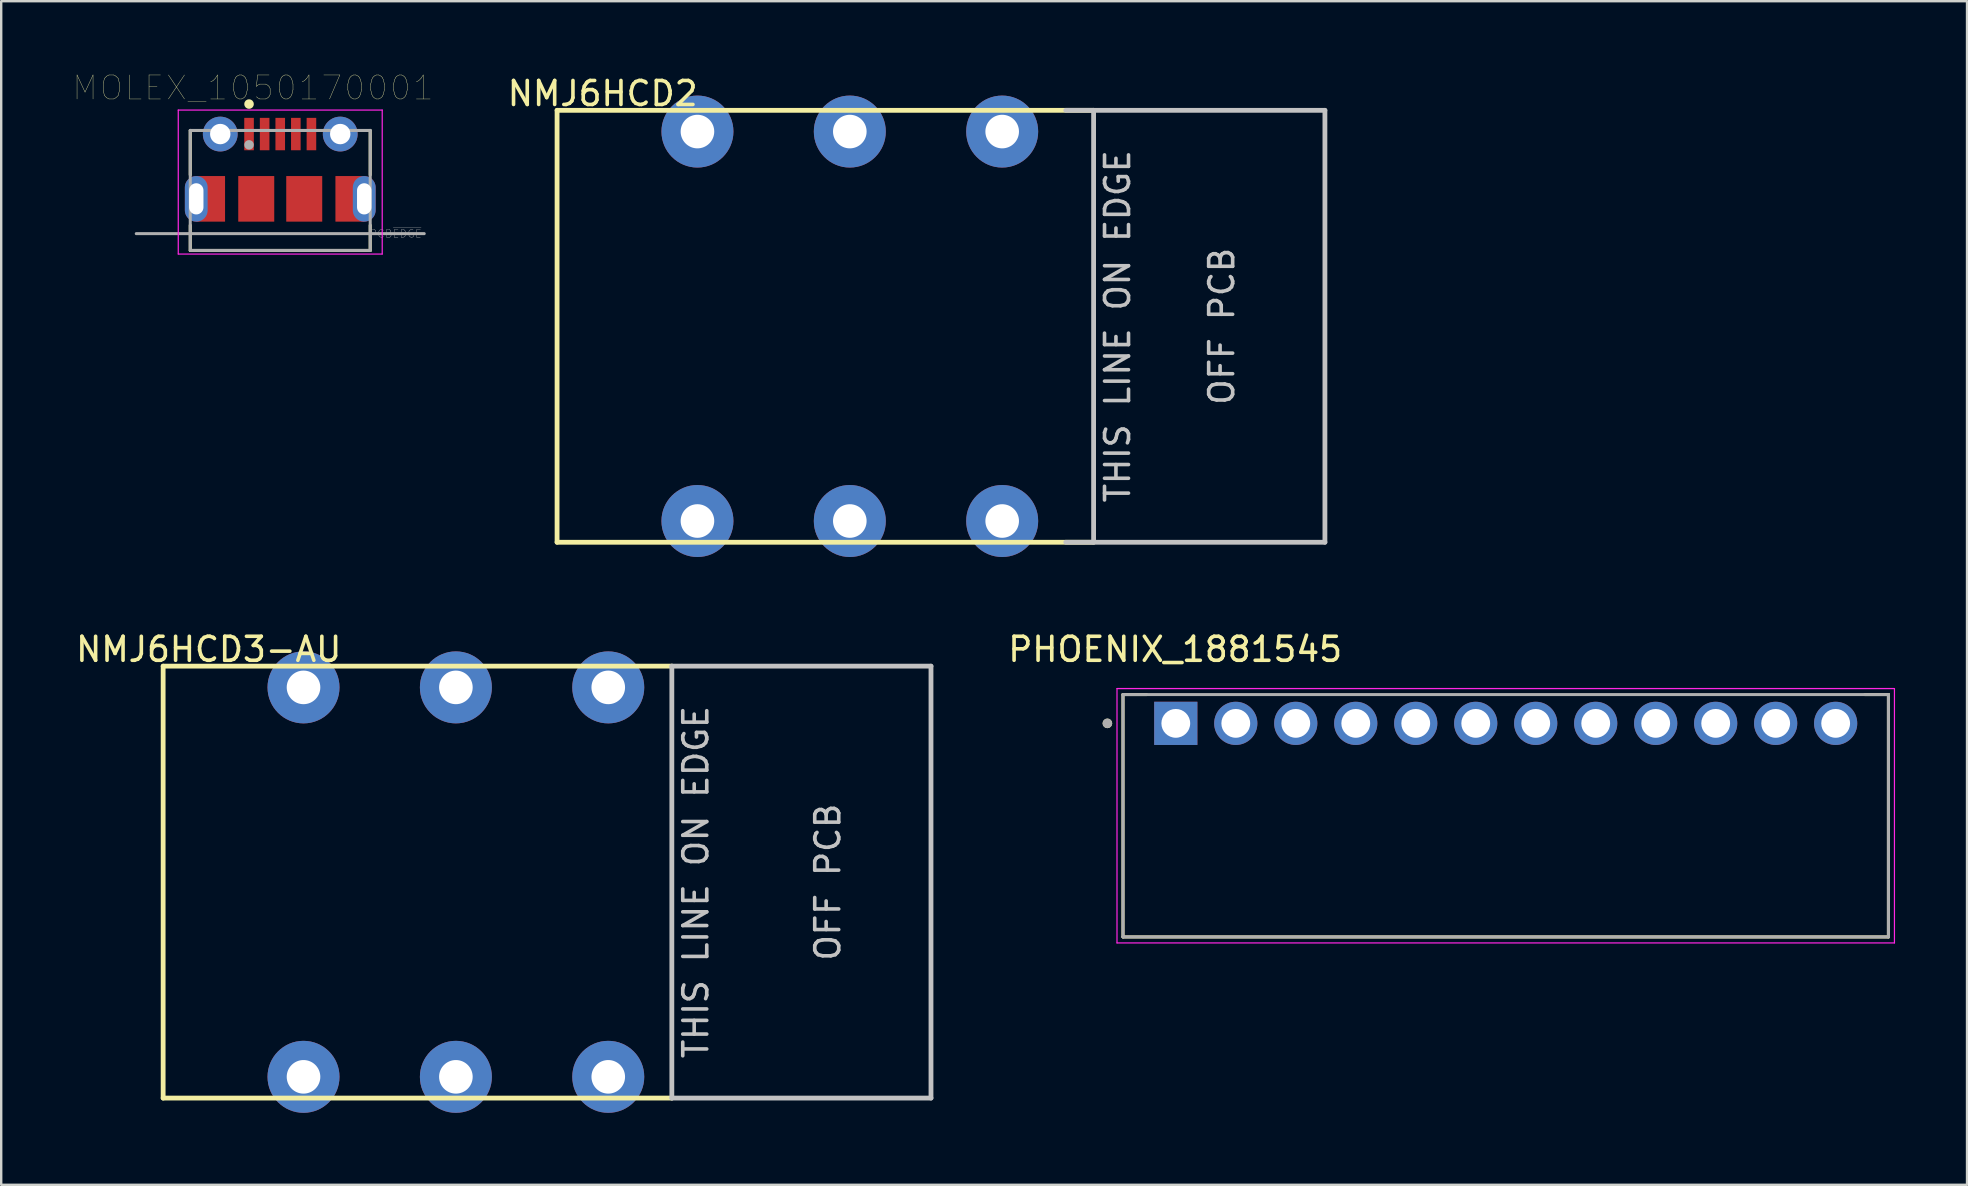
<source format=kicad_pcb>
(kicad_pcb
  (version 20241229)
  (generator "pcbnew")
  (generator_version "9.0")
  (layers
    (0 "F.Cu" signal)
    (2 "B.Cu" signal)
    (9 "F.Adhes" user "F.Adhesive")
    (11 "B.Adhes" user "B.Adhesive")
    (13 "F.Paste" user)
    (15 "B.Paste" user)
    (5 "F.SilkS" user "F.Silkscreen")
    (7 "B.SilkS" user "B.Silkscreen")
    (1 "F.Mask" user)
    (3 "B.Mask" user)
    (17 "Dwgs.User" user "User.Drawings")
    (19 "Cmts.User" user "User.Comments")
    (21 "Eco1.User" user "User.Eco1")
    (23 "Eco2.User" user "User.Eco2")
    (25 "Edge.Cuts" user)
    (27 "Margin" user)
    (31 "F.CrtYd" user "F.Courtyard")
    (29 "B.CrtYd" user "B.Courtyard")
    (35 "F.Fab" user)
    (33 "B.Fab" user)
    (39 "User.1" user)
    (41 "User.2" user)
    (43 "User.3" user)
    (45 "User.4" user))
  (footprint "PHOENIX_1881545"
    (layer "F.Cu")
    (at 43.751 35.996)
    (property "Reference" "PHOENIX_1881545" (at 2.175 -11.985 0) (layer "F.SilkS") (effects (font (size 1 1) (thickness 0.15))))
    (attr through_hole)
    (fp_line (start 0 -10.1) (end 0.98 -10.1) (stroke (width 0.127) (type solid)) (layer "F.SilkS"))
    (fp_line (start 0 0) (end 0 -10.1) (stroke (width 0.127) (type solid)) (layer "F.SilkS"))
    (fp_line (start 0 0) (end 31.9 0) (stroke (width 0.127) (type solid)) (layer "F.SilkS"))
    (fp_line (start 30.92 -10.1) (end 31.9 -10.1) (stroke (width 0.127) (type solid)) (layer "F.SilkS"))
    (fp_line (start 31.9 -10.1) (end 31.9 0) (stroke (width 0.127) (type solid)) (layer "F.SilkS"))
    (fp_circle (center -0.65 -8.9) (end -0.55 -8.9) (stroke (width 0.2) (type solid)) (fill no) (layer "F.SilkS"))
    (fp_line (start -0.25 -10.35) (end 32.15 -10.35) (stroke (width 0.05) (type solid)) (layer "F.CrtYd"))
    (fp_line (start -0.25 0.25) (end -0.25 -10.35) (stroke (width 0.05) (type solid)) (layer "F.CrtYd"))
    (fp_line (start 32.15 -10.35) (end 32.15 0.25) (stroke (width 0.05) (type solid)) (layer "F.CrtYd"))
    (fp_line (start 32.15 0.25) (end -0.25 0.25) (stroke (width 0.05) (type solid)) (layer "F.CrtYd"))
    (fp_line (start 0 -10.1) (end 31.9 -10.1) (stroke (width 0.127) (type solid)) (layer "F.Fab"))
    (fp_line (start 0 0) (end 0 -10.1) (stroke (width 0.127) (type solid)) (layer "F.Fab"))
    (fp_line (start 31.9 -10.1) (end 31.9 0) (stroke (width 0.127) (type solid)) (layer "F.Fab"))
    (fp_line (start 31.9 0) (end 0 0) (stroke (width 0.127) (type solid)) (layer "F.Fab"))
    (fp_circle (center -0.65 -8.9) (end -0.55 -8.9) (stroke (width 0.2) (type solid)) (fill no) (layer "F.Fab"))
    (pad "1" thru_hole rect (at 2.2 -8.9) (size 1.8 1.8) (drill 1.2) (layers "*.Cu" "*.Mask"))
    (pad "2" thru_hole circle (at 4.7 -8.9) (size 1.8 1.8) (drill 1.2) (layers "*.Cu" "*.Mask"))
    (pad "3" thru_hole circle (at 7.2 -8.9) (size 1.8 1.8) (drill 1.2) (layers "*.Cu" "*.Mask"))
    (pad "4" thru_hole circle (at 9.7 -8.9) (size 1.8 1.8) (drill 1.2) (layers "*.Cu" "*.Mask"))
    (pad "5" thru_hole circle (at 12.2 -8.9) (size 1.8 1.8) (drill 1.2) (layers "*.Cu" "*.Mask"))
    (pad "6" thru_hole circle (at 14.7 -8.9) (size 1.8 1.8) (drill 1.2) (layers "*.Cu" "*.Mask"))
    (pad "7" thru_hole circle (at 17.2 -8.9) (size 1.8 1.8) (drill 1.2) (layers "*.Cu" "*.Mask"))
    (pad "8" thru_hole circle (at 19.7 -8.9) (size 1.8 1.8) (drill 1.2) (layers "*.Cu" "*.Mask"))
    (pad "9" thru_hole circle (at 22.2 -8.9) (size 1.8 1.8) (drill 1.2) (layers "*.Cu" "*.Mask"))
    (pad "10" thru_hole circle (at 24.7 -8.9) (size 1.8 1.8) (drill 1.2) (layers "*.Cu" "*.Mask"))
    (pad "11" thru_hole circle (at 27.2 -8.9) (size 1.8 1.8) (drill 1.2) (layers "*.Cu" "*.Mask"))
    (pad "12" thru_hole circle (at 29.7 -8.9) (size 1.8 1.8) (drill 1.2) (layers "*.Cu" "*.Mask")))
  (footprint "NMJ6HCD3-AU"
    (layer "F.Cu")
    (at 15.949 33.712)
    (property "Reference" "NMJ6HCD3-AU" (at -10.3 -9.7 0) (layer "F.SilkS") (effects (font (size 1 1) (thickness 0.15))))
    (attr through_hole)
    (fp_line (start -12.2 -9) (end 9 -9) (stroke (width 0.2) (type solid)) (layer "F.SilkS"))
    (fp_line (start -12.2 9) (end -12.2 -9) (stroke (width 0.2) (type solid)) (layer "F.SilkS"))
    (fp_line (start -12.2 9) (end 9 9) (stroke (width 0.2) (type solid)) (layer "F.SilkS"))
    (fp_line (start 9 -9) (end 9 9) (stroke (width 0.2) (type solid)) (layer "Dwgs.User"))
    (fp_line (start 9 -9) (end 19.8 -9) (stroke (width 0.2) (type solid)) (layer "Dwgs.User"))
    (fp_line (start 9 9) (end 19.8 9) (stroke (width 0.2) (type solid)) (layer "Dwgs.User"))
    (fp_line (start 19.8 -9) (end 19.8 9) (stroke (width 0.2) (type solid)) (layer "Dwgs.User"))
    (fp_text user "OFF PCB" (at 15.5 0 90) (layer "Dwgs.User") (effects (font (size 1 1) (thickness 0.15))))
    (fp_text user "THIS LINE ON EDGE" (at 10 0 90) (layer "Dwgs.User") (effects (font (size 1 1) (thickness 0.15))))
    (pad "1" thru_hole circle (at 6.35 8.115) (size 3 3) (drill 1.4) (layers "*.Cu" "*.Mask"))
    (pad "2" thru_hole circle (at 0 8.115) (size 3 3) (drill 1.4) (layers "*.Cu" "*.Mask"))
    (pad "3" thru_hole circle (at -6.35 8.115) (size 3 3) (drill 1.4) (layers "*.Cu" "*.Mask"))
    (pad "4" thru_hole circle (at 6.35 -8.115) (size 3 3) (drill 1.4) (layers "*.Cu" "*.Mask"))
    (pad "5" thru_hole circle (at 0 -8.115) (size 3 3) (drill 1.4) (layers "*.Cu" "*.Mask"))
    (pad "6" thru_hole circle (at -6.35 -8.115) (size 3 3) (drill 1.4) (layers "*.Cu" "*.Mask")))
  (footprint "MOLEX_1050170001"
    (layer "F.Cu")
    (at 8.629 4.887)
    (property "Reference" "MOLEX_1050170001" (at -1.135 -4.275 0) (layer "F.SilkS") (effects (font (size 1 1) (thickness 0.015))))
    (attr through_hole)
    (fp_line (start -3.75 -0.65) (end -3.75 -2.5) (stroke (width 0.127) (type solid)) (layer "F.SilkS"))
    (fp_line (start -3.75 2.5) (end -3.75 1.45) (stroke (width 0.127) (type solid)) (layer "F.SilkS"))
    (fp_line (start 3.75 -2.5) (end 3.75 -0.65) (stroke (width 0.127) (type solid)) (layer "F.SilkS"))
    (fp_line (start 3.75 1.45) (end 3.75 2.5) (stroke (width 0.127) (type solid)) (layer "F.SilkS"))
    (fp_line (start 3.75 2.5) (end -3.75 2.5) (stroke (width 0.127) (type solid)) (layer "F.SilkS"))
    (fp_circle (center -1.3 -3.6) (end -1.2 -3.6) (stroke (width 0.2) (type solid)) (fill no) (layer "F.SilkS"))
    (fp_line (start -4.25 -3.35) (end -4.25 2.65) (stroke (width 0.05) (type solid)) (layer "F.CrtYd"))
    (fp_line (start -4.25 2.65) (end 4.25 2.65) (stroke (width 0.05) (type solid)) (layer "F.CrtYd"))
    (fp_line (start 4.25 -3.35) (end -4.25 -3.35) (stroke (width 0.05) (type solid)) (layer "F.CrtYd"))
    (fp_line (start 4.25 2.65) (end 4.25 -3.35) (stroke (width 0.05) (type solid)) (layer "F.CrtYd"))
    (fp_line (start -3.75 -2.5) (end 3.75 -2.5) (stroke (width 0.127) (type solid)) (layer "F.Fab"))
    (fp_line (start -3.75 1.8) (end -6 1.8) (stroke (width 0.127) (type solid)) (layer "F.Fab"))
    (fp_line (start -3.75 1.8) (end -3.75 -2.5) (stroke (width 0.127) (type solid)) (layer "F.Fab"))
    (fp_line (start -3.75 2.45) (end -3.75 1.8) (stroke (width 0.127) (type solid)) (layer "F.Fab"))
    (fp_line (start 3.75 -2.5) (end 3.75 1.8) (stroke (width 0.127) (type solid)) (layer "F.Fab"))
    (fp_line (start 3.75 1.8) (end -3.75 1.8) (stroke (width 0.127) (type solid)) (layer "F.Fab"))
    (fp_line (start 3.75 1.8) (end 6 1.8) (stroke (width 0.127) (type solid)) (layer "F.Fab"))
    (fp_line (start 3.75 2.5) (end -3.75 2.5) (stroke (width 0.127) (type solid)) (layer "F.Fab"))
    (fp_line (start 3.75 2.5) (end 3.75 1.8) (stroke (width 0.127) (type solid)) (layer "F.Fab"))
    (fp_circle (center -1.3 -1.9) (end -1.2 -1.9) (stroke (width 0.2) (type solid)) (fill no) (layer "F.Fab"))
    (fp_text user "PCB~{EDGE}" (at 4.808 1.803 0) (layer "F.Fab") (effects (font (size 0.321 0.321) (thickness 0.015))))
    (pad "1" smd rect (at -1.3 -2.35) (size 0.4 1.35) (layers "F.Cu" "F.Mask" "F.Paste"))
    (pad "2" smd rect (at -0.65 -2.35) (size 0.4 1.35) (layers "F.Cu" "F.Mask" "F.Paste"))
    (pad "3" smd rect (at 0 -2.35) (size 0.4 1.35) (layers "F.Cu" "F.Mask" "F.Paste"))
    (pad "4" smd rect (at 0.65 -2.35) (size 0.4 1.35) (layers "F.Cu" "F.Mask" "F.Paste"))
    (pad "5" smd rect (at 1.3 -2.35) (size 0.4 1.35) (layers "F.Cu" "F.Mask" "F.Paste"))
    (pad "SH1" thru_hole circle (at -2.5 -2.35) (size 1.45 1.45) (drill 0.85) (layers "*.Cu" "*.Mask"))
    (pad "SH2" thru_hole circle (at 2.5 -2.35) (size 1.45 1.45) (drill 0.85) (layers "*.Cu" "*.Mask"))
    (pad "SH3" thru_hole oval (at -3.5 0.35) (size 0.95 1.9) (drill oval 0.6 1.3) (layers "*.Cu" "*.Mask"))
    (pad "SH4" smd rect (at -2.9 0.35) (size 1.2 1.9) (layers "F.Cu" "F.Mask" "F.Paste"))
    (pad "SH5" smd rect (at -1 0.35) (size 1.5 1.9) (layers "F.Cu" "F.Mask" "F.Paste"))
    (pad "SH6" smd rect (at 1 0.35) (size 1.5 1.9) (layers "F.Cu" "F.Mask" "F.Paste"))
    (pad "SH7" smd rect (at 2.9 0.35) (size 1.2 1.9) (layers "F.Cu" "F.Mask" "F.Paste"))
    (pad "SH8" thru_hole oval (at 3.5 0.35) (size 0.95 1.9) (drill oval 0.6 1.3) (layers "*.Cu" "*.Mask")))
  (footprint "NMJ6HCD2"
    (layer "F.Cu")
    (at 32.366 10.548)
    (property "Reference" "NMJ6HCD2" (at -10.3 -9.7 0) (layer "F.SilkS") (effects (font (size 1 1) (thickness 0.15))))
    (attr through_hole)
    (fp_line (start -12.2 -9) (end 10.16 -9) (stroke (width 0.2) (type solid)) (layer "F.SilkS"))
    (fp_line (start -12.2 9) (end -12.2 -9) (stroke (width 0.2) (type solid)) (layer "F.SilkS"))
    (fp_line (start -12.2 9) (end 10.16 9) (stroke (width 0.2) (type solid)) (layer "F.SilkS"))
    (fp_line (start 9 -9) (end 19.8 -9) (stroke (width 0.2) (type solid)) (layer "Dwgs.User"))
    (fp_line (start 9 9) (end 19.8 9) (stroke (width 0.2) (type solid)) (layer "Dwgs.User"))
    (fp_line (start 10.16 -9) (end 10.16 9) (stroke (width 0.2) (type solid)) (layer "Dwgs.User"))
    (fp_line (start 19.8 -9) (end 19.8 9) (stroke (width 0.2) (type solid)) (layer "Dwgs.User"))
    (fp_text user "OFF PCB" (at 15.5 0 90) (layer "Dwgs.User") (effects (font (size 1 1) (thickness 0.15))))
    (fp_text user "THIS LINE ON EDGE" (at 11.16 0 90) (layer "Dwgs.User") (effects (font (size 1 1) (thickness 0.15))))
    (pad "1" thru_hole circle (at 6.35 8.115) (size 3 3) (drill 1.4) (layers "*.Cu" "*.Mask"))
    (pad "2" thru_hole circle (at 0 8.115) (size 3 3) (drill 1.4) (layers "*.Cu" "*.Mask"))
    (pad "3" thru_hole circle (at -6.35 8.115) (size 3 3) (drill 1.4) (layers "*.Cu" "*.Mask"))
    (pad "4" thru_hole circle (at 6.35 -8.115) (size 3 3) (drill 1.4) (layers "*.Cu" "*.Mask"))
    (pad "5" thru_hole circle (at 0 -8.115) (size 3 3) (drill 1.4) (layers "*.Cu" "*.Mask"))
    (pad "6" thru_hole circle (at -6.35 -8.115) (size 3 3) (drill 1.4) (layers "*.Cu" "*.Mask")))
  (gr_rect
    (start -3 -3)
    (end 78.926 46.327)
    (stroke (width 0.1) (type default))
    (fill no)
    (layer "Edge.Cuts")))
</source>
